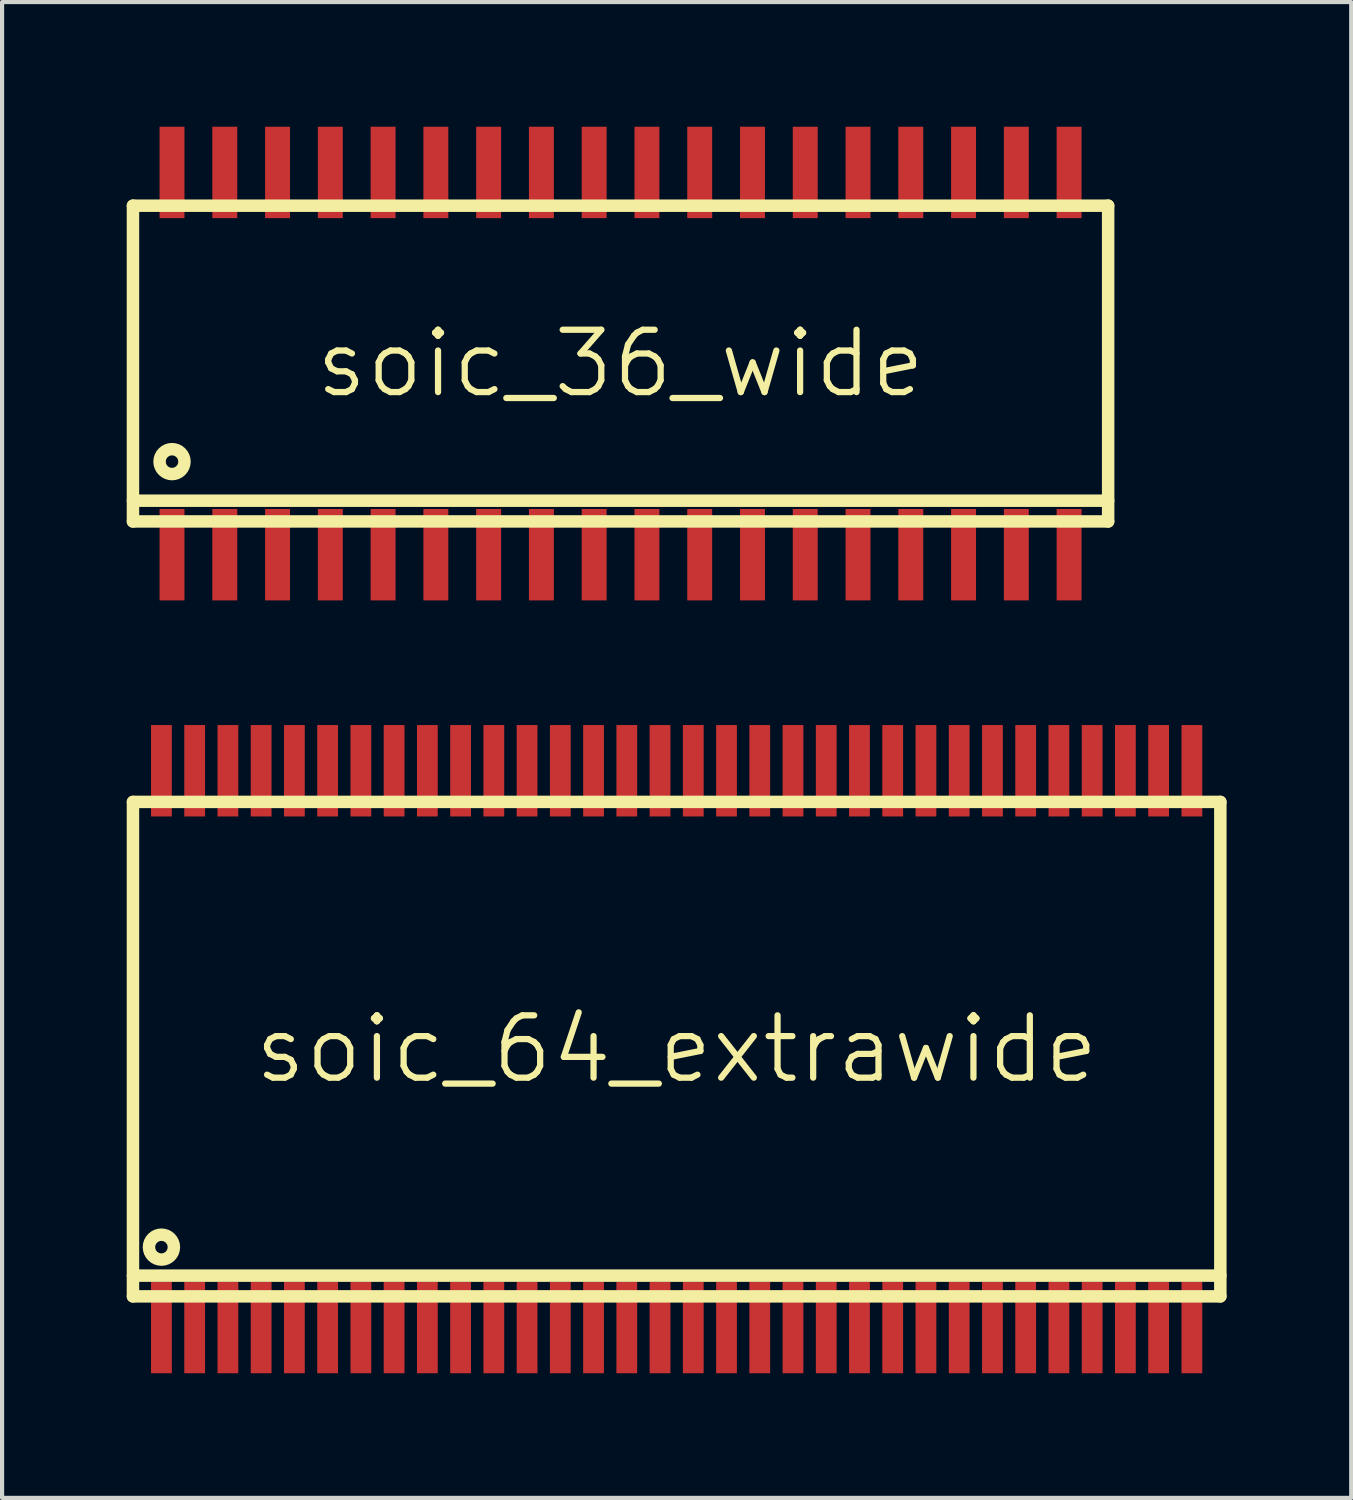
<source format=kicad_pcb>
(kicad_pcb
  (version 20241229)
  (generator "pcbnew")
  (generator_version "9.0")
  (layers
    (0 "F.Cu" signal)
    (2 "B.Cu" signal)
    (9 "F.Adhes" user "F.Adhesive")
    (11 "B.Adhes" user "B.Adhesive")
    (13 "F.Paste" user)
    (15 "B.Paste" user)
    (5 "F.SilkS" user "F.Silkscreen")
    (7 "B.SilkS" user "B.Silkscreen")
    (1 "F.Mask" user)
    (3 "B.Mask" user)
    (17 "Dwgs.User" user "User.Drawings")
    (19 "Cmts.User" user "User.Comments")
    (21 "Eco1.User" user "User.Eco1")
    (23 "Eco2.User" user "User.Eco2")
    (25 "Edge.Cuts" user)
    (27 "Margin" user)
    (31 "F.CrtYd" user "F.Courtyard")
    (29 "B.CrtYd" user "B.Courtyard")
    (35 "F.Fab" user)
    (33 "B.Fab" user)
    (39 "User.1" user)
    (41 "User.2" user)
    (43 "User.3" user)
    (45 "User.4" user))
  (footprint "soic_64_extrawide"
    (layer "F.Cu")
    (at 13.235 22.2)
    (property "Reference" "soic_64_extrawide" (at 0 0 0) (layer "F.SilkS") (effects (font (size 1.5 1.5) (thickness 0.15))))
    (attr smd)
    (fp_line (start -13.085 -5.95) (end 13.085 -5.95) (stroke (width 0.3) (type solid)) (layer "F.SilkS"))
    (fp_line (start -13.085 5.45) (end 13.085 5.45) (stroke (width 0.3) (type solid)) (layer "F.SilkS"))
    (fp_line (start -13.085 5.95) (end -13.085 -5.95) (stroke (width 0.3) (type solid)) (layer "F.SilkS"))
    (fp_line (start 13.085 -5.95) (end 13.085 5.95) (stroke (width 0.3) (type solid)) (layer "F.SilkS"))
    (fp_line (start 13.085 5.95) (end -13.085 5.95) (stroke (width 0.3) (type solid)) (layer "F.SilkS"))
    (fp_circle (center -12.4 4.765) (end -12.7 4.765) (stroke (width 0.3) (type solid)) (fill no) (layer "F.SilkS"))
    (pad "1" smd rect (at -12.4 6.7) (size 0.5 2.2) (layers "F.Cu" "F.Mask" "F.Paste"))
    (pad "2" smd rect (at -11.6 6.7) (size 0.5 2.2) (layers "F.Cu" "F.Mask" "F.Paste"))
    (pad "3" smd rect (at -10.8 6.7) (size 0.5 2.2) (layers "F.Cu" "F.Mask" "F.Paste"))
    (pad "4" smd rect (at -10 6.7) (size 0.5 2.2) (layers "F.Cu" "F.Mask" "F.Paste"))
    (pad "5" smd rect (at -9.2 6.7) (size 0.5 2.2) (layers "F.Cu" "F.Mask" "F.Paste"))
    (pad "6" smd rect (at -8.4 6.7) (size 0.5 2.2) (layers "F.Cu" "F.Mask" "F.Paste"))
    (pad "7" smd rect (at -7.6 6.7) (size 0.5 2.2) (layers "F.Cu" "F.Mask" "F.Paste"))
    (pad "8" smd rect (at -6.8 6.7) (size 0.5 2.2) (layers "F.Cu" "F.Mask" "F.Paste"))
    (pad "9" smd rect (at -6 6.7) (size 0.5 2.2) (layers "F.Cu" "F.Mask" "F.Paste"))
    (pad "10" smd rect (at -5.2 6.7) (size 0.5 2.2) (layers "F.Cu" "F.Mask" "F.Paste"))
    (pad "11" smd rect (at -4.4 6.7) (size 0.5 2.2) (layers "F.Cu" "F.Mask" "F.Paste"))
    (pad "12" smd rect (at -3.6 6.7) (size 0.5 2.2) (layers "F.Cu" "F.Mask" "F.Paste"))
    (pad "13" smd rect (at -2.8 6.7) (size 0.5 2.2) (layers "F.Cu" "F.Mask" "F.Paste"))
    (pad "14" smd rect (at -2 6.7) (size 0.5 2.2) (layers "F.Cu" "F.Mask" "F.Paste"))
    (pad "15" smd rect (at -1.2 6.7) (size 0.5 2.2) (layers "F.Cu" "F.Mask" "F.Paste"))
    (pad "16" smd rect (at -0.4 6.7) (size 0.5 2.2) (layers "F.Cu" "F.Mask" "F.Paste"))
    (pad "17" smd rect (at 0.4 6.7) (size 0.5 2.2) (layers "F.Cu" "F.Mask" "F.Paste"))
    (pad "18" smd rect (at 1.2 6.7) (size 0.5 2.2) (layers "F.Cu" "F.Mask" "F.Paste"))
    (pad "19" smd rect (at 2 6.7) (size 0.5 2.2) (layers "F.Cu" "F.Mask" "F.Paste"))
    (pad "20" smd rect (at 2.8 6.7) (size 0.5 2.2) (layers "F.Cu" "F.Mask" "F.Paste"))
    (pad "21" smd rect (at 3.6 6.7) (size 0.5 2.2) (layers "F.Cu" "F.Mask" "F.Paste"))
    (pad "22" smd rect (at 4.4 6.7) (size 0.5 2.2) (layers "F.Cu" "F.Mask" "F.Paste"))
    (pad "23" smd rect (at 5.2 6.7) (size 0.5 2.2) (layers "F.Cu" "F.Mask" "F.Paste"))
    (pad "24" smd rect (at 6 6.7) (size 0.5 2.2) (layers "F.Cu" "F.Mask" "F.Paste"))
    (pad "25" smd rect (at 6.8 6.7) (size 0.5 2.2) (layers "F.Cu" "F.Mask" "F.Paste"))
    (pad "26" smd rect (at 7.6 6.7) (size 0.5 2.2) (layers "F.Cu" "F.Mask" "F.Paste"))
    (pad "27" smd rect (at 8.4 6.7) (size 0.5 2.2) (layers "F.Cu" "F.Mask" "F.Paste"))
    (pad "28" smd rect (at 9.2 6.7) (size 0.5 2.2) (layers "F.Cu" "F.Mask" "F.Paste"))
    (pad "29" smd rect (at 10 6.7) (size 0.5 2.2) (layers "F.Cu" "F.Mask" "F.Paste"))
    (pad "30" smd rect (at 10.8 6.7) (size 0.5 2.2) (layers "F.Cu" "F.Mask" "F.Paste"))
    (pad "31" smd rect (at 11.6 6.7) (size 0.5 2.2) (layers "F.Cu" "F.Mask" "F.Paste"))
    (pad "32" smd rect (at 12.4 6.7) (size 0.5 2.2) (layers "F.Cu" "F.Mask" "F.Paste"))
    (pad "33" smd rect (at 12.4 -6.7) (size 0.5 2.2) (layers "F.Cu" "F.Mask" "F.Paste"))
    (pad "34" smd rect (at 11.6 -6.7) (size 0.5 2.2) (layers "F.Cu" "F.Mask" "F.Paste"))
    (pad "35" smd rect (at 10.8 -6.7) (size 0.5 2.2) (layers "F.Cu" "F.Mask" "F.Paste"))
    (pad "36" smd rect (at 10 -6.7) (size 0.5 2.2) (layers "F.Cu" "F.Mask" "F.Paste"))
    (pad "37" smd rect (at 9.2 -6.7) (size 0.5 2.2) (layers "F.Cu" "F.Mask" "F.Paste"))
    (pad "38" smd rect (at 8.4 -6.7) (size 0.5 2.2) (layers "F.Cu" "F.Mask" "F.Paste"))
    (pad "39" smd rect (at 7.6 -6.7) (size 0.5 2.2) (layers "F.Cu" "F.Mask" "F.Paste"))
    (pad "40" smd rect (at 6.8 -6.7) (size 0.5 2.2) (layers "F.Cu" "F.Mask" "F.Paste"))
    (pad "41" smd rect (at 6 -6.7) (size 0.5 2.2) (layers "F.Cu" "F.Mask" "F.Paste"))
    (pad "42" smd rect (at 5.2 -6.7) (size 0.5 2.2) (layers "F.Cu" "F.Mask" "F.Paste"))
    (pad "43" smd rect (at 4.4 -6.7) (size 0.5 2.2) (layers "F.Cu" "F.Mask" "F.Paste"))
    (pad "44" smd rect (at 3.6 -6.7) (size 0.5 2.2) (layers "F.Cu" "F.Mask" "F.Paste"))
    (pad "45" smd rect (at 2.8 -6.7) (size 0.5 2.2) (layers "F.Cu" "F.Mask" "F.Paste"))
    (pad "46" smd rect (at 2 -6.7) (size 0.5 2.2) (layers "F.Cu" "F.Mask" "F.Paste"))
    (pad "47" smd rect (at 1.2 -6.7) (size 0.5 2.2) (layers "F.Cu" "F.Mask" "F.Paste"))
    (pad "48" smd rect (at 0.4 -6.7) (size 0.5 2.2) (layers "F.Cu" "F.Mask" "F.Paste"))
    (pad "49" smd rect (at -0.4 -6.7) (size 0.5 2.2) (layers "F.Cu" "F.Mask" "F.Paste"))
    (pad "50" smd rect (at -1.2 -6.7) (size 0.5 2.2) (layers "F.Cu" "F.Mask" "F.Paste"))
    (pad "51" smd rect (at -2 -6.7) (size 0.5 2.2) (layers "F.Cu" "F.Mask" "F.Paste"))
    (pad "52" smd rect (at -2.8 -6.7) (size 0.5 2.2) (layers "F.Cu" "F.Mask" "F.Paste"))
    (pad "53" smd rect (at -3.6 -6.7) (size 0.5 2.2) (layers "F.Cu" "F.Mask" "F.Paste"))
    (pad "54" smd rect (at -4.4 -6.7) (size 0.5 2.2) (layers "F.Cu" "F.Mask" "F.Paste"))
    (pad "55" smd rect (at -5.2 -6.7) (size 0.5 2.2) (layers "F.Cu" "F.Mask" "F.Paste"))
    (pad "56" smd rect (at -6 -6.7) (size 0.5 2.2) (layers "F.Cu" "F.Mask" "F.Paste"))
    (pad "57" smd rect (at -6.8 -6.7) (size 0.5 2.2) (layers "F.Cu" "F.Mask" "F.Paste"))
    (pad "58" smd rect (at -7.6 -6.7) (size 0.5 2.2) (layers "F.Cu" "F.Mask" "F.Paste"))
    (pad "59" smd rect (at -8.4 -6.7) (size 0.5 2.2) (layers "F.Cu" "F.Mask" "F.Paste"))
    (pad "60" smd rect (at -9.2 -6.7) (size 0.5 2.2) (layers "F.Cu" "F.Mask" "F.Paste"))
    (pad "61" smd rect (at -10 -6.7) (size 0.5 2.2) (layers "F.Cu" "F.Mask" "F.Paste"))
    (pad "62" smd rect (at -10.8 -6.7) (size 0.5 2.2) (layers "F.Cu" "F.Mask" "F.Paste"))
    (pad "63" smd rect (at -11.6 -6.7) (size 0.5 2.2) (layers "F.Cu" "F.Mask" "F.Paste"))
    (pad "64" smd rect (at -12.4 -6.7) (size 0.5 2.2) (layers "F.Cu" "F.Mask" "F.Paste")))
  (footprint "soic_36_wide"
    (layer "F.Cu")
    (at 11.885 5.7)
    (property "Reference" "soic_36_wide" (at 0 0 0) (layer "F.SilkS") (effects (font (size 1.5 1.5) (thickness 0.15))))
    (attr smd)
    (fp_line (start -11.735 -3.8) (end 11.735 -3.8) (stroke (width 0.3) (type solid)) (layer "F.SilkS"))
    (fp_line (start -11.735 3.3) (end 11.735 3.3) (stroke (width 0.3) (type solid)) (layer "F.SilkS"))
    (fp_line (start -11.735 3.8) (end -11.735 -3.8) (stroke (width 0.3) (type solid)) (layer "F.SilkS"))
    (fp_line (start 11.735 -3.8) (end 11.735 3.8) (stroke (width 0.3) (type solid)) (layer "F.SilkS"))
    (fp_line (start 11.735 3.8) (end -11.735 3.8) (stroke (width 0.3) (type solid)) (layer "F.SilkS"))
    (fp_circle (center -10.795 2.36) (end -11.095 2.36) (stroke (width 0.3) (type solid)) (fill no) (layer "F.SilkS"))
    (pad "1" smd rect (at -10.795 4.6) (size 0.6 2.2) (layers "F.Cu" "F.Mask" "F.Paste"))
    (pad "2" smd rect (at -9.525 4.6) (size 0.6 2.2) (layers "F.Cu" "F.Mask" "F.Paste"))
    (pad "3" smd rect (at -8.255 4.6) (size 0.6 2.2) (layers "F.Cu" "F.Mask" "F.Paste"))
    (pad "4" smd rect (at -6.985 4.6) (size 0.6 2.2) (layers "F.Cu" "F.Mask" "F.Paste"))
    (pad "5" smd rect (at -5.715 4.6) (size 0.6 2.2) (layers "F.Cu" "F.Mask" "F.Paste"))
    (pad "6" smd rect (at -4.445 4.6) (size 0.6 2.2) (layers "F.Cu" "F.Mask" "F.Paste"))
    (pad "7" smd rect (at -3.175 4.6) (size 0.6 2.2) (layers "F.Cu" "F.Mask" "F.Paste"))
    (pad "8" smd rect (at -1.905 4.6) (size 0.6 2.2) (layers "F.Cu" "F.Mask" "F.Paste"))
    (pad "9" smd rect (at -0.635 4.6) (size 0.6 2.2) (layers "F.Cu" "F.Mask" "F.Paste"))
    (pad "10" smd rect (at 0.635 4.6) (size 0.6 2.2) (layers "F.Cu" "F.Mask" "F.Paste"))
    (pad "11" smd rect (at 1.905 4.6) (size 0.6 2.2) (layers "F.Cu" "F.Mask" "F.Paste"))
    (pad "12" smd rect (at 3.175 4.6) (size 0.6 2.2) (layers "F.Cu" "F.Mask" "F.Paste"))
    (pad "13" smd rect (at 4.445 4.6) (size 0.6 2.2) (layers "F.Cu" "F.Mask" "F.Paste"))
    (pad "14" smd rect (at 5.715 4.6) (size 0.6 2.2) (layers "F.Cu" "F.Mask" "F.Paste"))
    (pad "15" smd rect (at 6.985 4.6) (size 0.6 2.2) (layers "F.Cu" "F.Mask" "F.Paste"))
    (pad "16" smd rect (at 8.255 4.6) (size 0.6 2.2) (layers "F.Cu" "F.Mask" "F.Paste"))
    (pad "17" smd rect (at 9.525 4.6) (size 0.6 2.2) (layers "F.Cu" "F.Mask" "F.Paste"))
    (pad "18" smd rect (at 10.795 4.6) (size 0.6 2.2) (layers "F.Cu" "F.Mask" "F.Paste"))
    (pad "19" smd rect (at 10.795 -4.6) (size 0.6 2.2) (layers "F.Cu" "F.Mask" "F.Paste"))
    (pad "20" smd rect (at 9.525 -4.6) (size 0.6 2.2) (layers "F.Cu" "F.Mask" "F.Paste"))
    (pad "21" smd rect (at 8.255 -4.6) (size 0.6 2.2) (layers "F.Cu" "F.Mask" "F.Paste"))
    (pad "22" smd rect (at 6.985 -4.6) (size 0.6 2.2) (layers "F.Cu" "F.Mask" "F.Paste"))
    (pad "23" smd rect (at 5.715 -4.6) (size 0.6 2.2) (layers "F.Cu" "F.Mask" "F.Paste"))
    (pad "24" smd rect (at 4.445 -4.6) (size 0.6 2.2) (layers "F.Cu" "F.Mask" "F.Paste"))
    (pad "25" smd rect (at 3.175 -4.6) (size 0.6 2.2) (layers "F.Cu" "F.Mask" "F.Paste"))
    (pad "26" smd rect (at 1.905 -4.6) (size 0.6 2.2) (layers "F.Cu" "F.Mask" "F.Paste"))
    (pad "27" smd rect (at 0.635 -4.6) (size 0.6 2.2) (layers "F.Cu" "F.Mask" "F.Paste"))
    (pad "28" smd rect (at -0.635 -4.6) (size 0.6 2.2) (layers "F.Cu" "F.Mask" "F.Paste"))
    (pad "29" smd rect (at -1.905 -4.6) (size 0.6 2.2) (layers "F.Cu" "F.Mask" "F.Paste"))
    (pad "30" smd rect (at -3.175 -4.6) (size 0.6 2.2) (layers "F.Cu" "F.Mask" "F.Paste"))
    (pad "31" smd rect (at -4.445 -4.6) (size 0.6 2.2) (layers "F.Cu" "F.Mask" "F.Paste"))
    (pad "32" smd rect (at -5.715 -4.6) (size 0.6 2.2) (layers "F.Cu" "F.Mask" "F.Paste"))
    (pad "33" smd rect (at -6.985 -4.6) (size 0.6 2.2) (layers "F.Cu" "F.Mask" "F.Paste"))
    (pad "34" smd rect (at -8.255 -4.6) (size 0.6 2.2) (layers "F.Cu" "F.Mask" "F.Paste"))
    (pad "35" smd rect (at -9.525 -4.6) (size 0.6 2.2) (layers "F.Cu" "F.Mask" "F.Paste"))
    (pad "36" smd rect (at -10.795 -4.6) (size 0.6 2.2) (layers "F.Cu" "F.Mask" "F.Paste")))
  (gr_rect
    (start -3 -3)
    (end 29.47 33)
    (stroke (width 0.1) (type default))
    (fill no)
    (layer "Edge.Cuts")))
</source>
